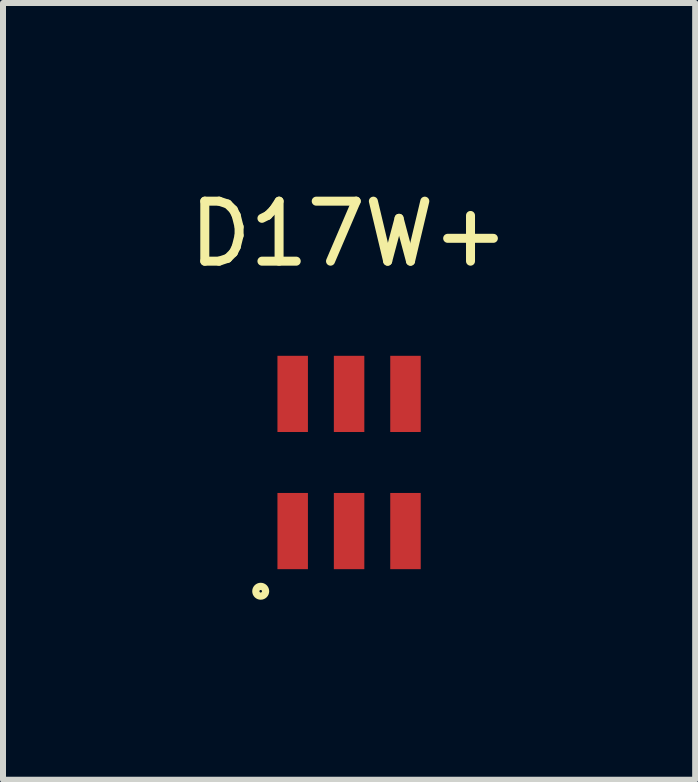
<source format=kicad_pcb>
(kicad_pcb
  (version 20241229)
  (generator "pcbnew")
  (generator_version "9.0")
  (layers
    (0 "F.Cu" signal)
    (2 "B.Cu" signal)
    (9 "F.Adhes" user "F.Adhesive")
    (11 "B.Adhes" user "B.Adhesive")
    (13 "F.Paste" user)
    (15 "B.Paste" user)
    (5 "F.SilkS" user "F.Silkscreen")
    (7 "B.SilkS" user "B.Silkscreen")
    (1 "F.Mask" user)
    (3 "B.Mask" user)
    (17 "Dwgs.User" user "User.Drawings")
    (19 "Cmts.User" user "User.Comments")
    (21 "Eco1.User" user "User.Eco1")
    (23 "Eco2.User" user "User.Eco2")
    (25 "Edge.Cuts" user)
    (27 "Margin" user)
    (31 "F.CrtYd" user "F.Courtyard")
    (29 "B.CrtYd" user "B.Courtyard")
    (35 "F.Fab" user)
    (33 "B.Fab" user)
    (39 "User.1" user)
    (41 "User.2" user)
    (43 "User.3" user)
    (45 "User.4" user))
  (footprint "D17W+"
    (layer "F.Cu")
    (at 2.768 4.658)
    (property "Reference" "D17W+" (at 0 -3.81 0) (layer "F.SilkS") (effects (font (size 1 1) (thickness 0.15))))
    (attr through_hole)
    (fp_circle (center -1.473 2.146) (end -1.499 2.223) (stroke (width 0.12) (type solid)) (fill no) (layer "F.SilkS"))
    (pad "1" smd rect (at -0.94 1.143) (size 0.508 1.27) (layers "F.Cu" "F.Mask" "F.Paste"))
    (pad "2" smd rect (at 0 1.143) (size 0.508 1.27) (layers "F.Cu" "F.Mask" "F.Paste"))
    (pad "3" smd rect (at 0.94 1.143) (size 0.508 1.27) (layers "F.Cu" "F.Mask" "F.Paste"))
    (pad "4" smd rect (at 0.94 -1.143) (size 0.508 1.27) (layers "F.Cu" "F.Mask" "F.Paste"))
    (pad "5" smd rect (at 0 -1.143) (size 0.508 1.27) (layers "F.Cu" "F.Mask" "F.Paste"))
    (pad "6" smd rect (at -0.94 -1.143) (size 0.508 1.27) (layers "F.Cu" "F.Mask" "F.Paste")))
  (gr_rect
    (start -3 -3)
    (end 8.536 9.945)
    (stroke (width 0.1) (type default))
    (fill no)
    (layer "Edge.Cuts")))
</source>
